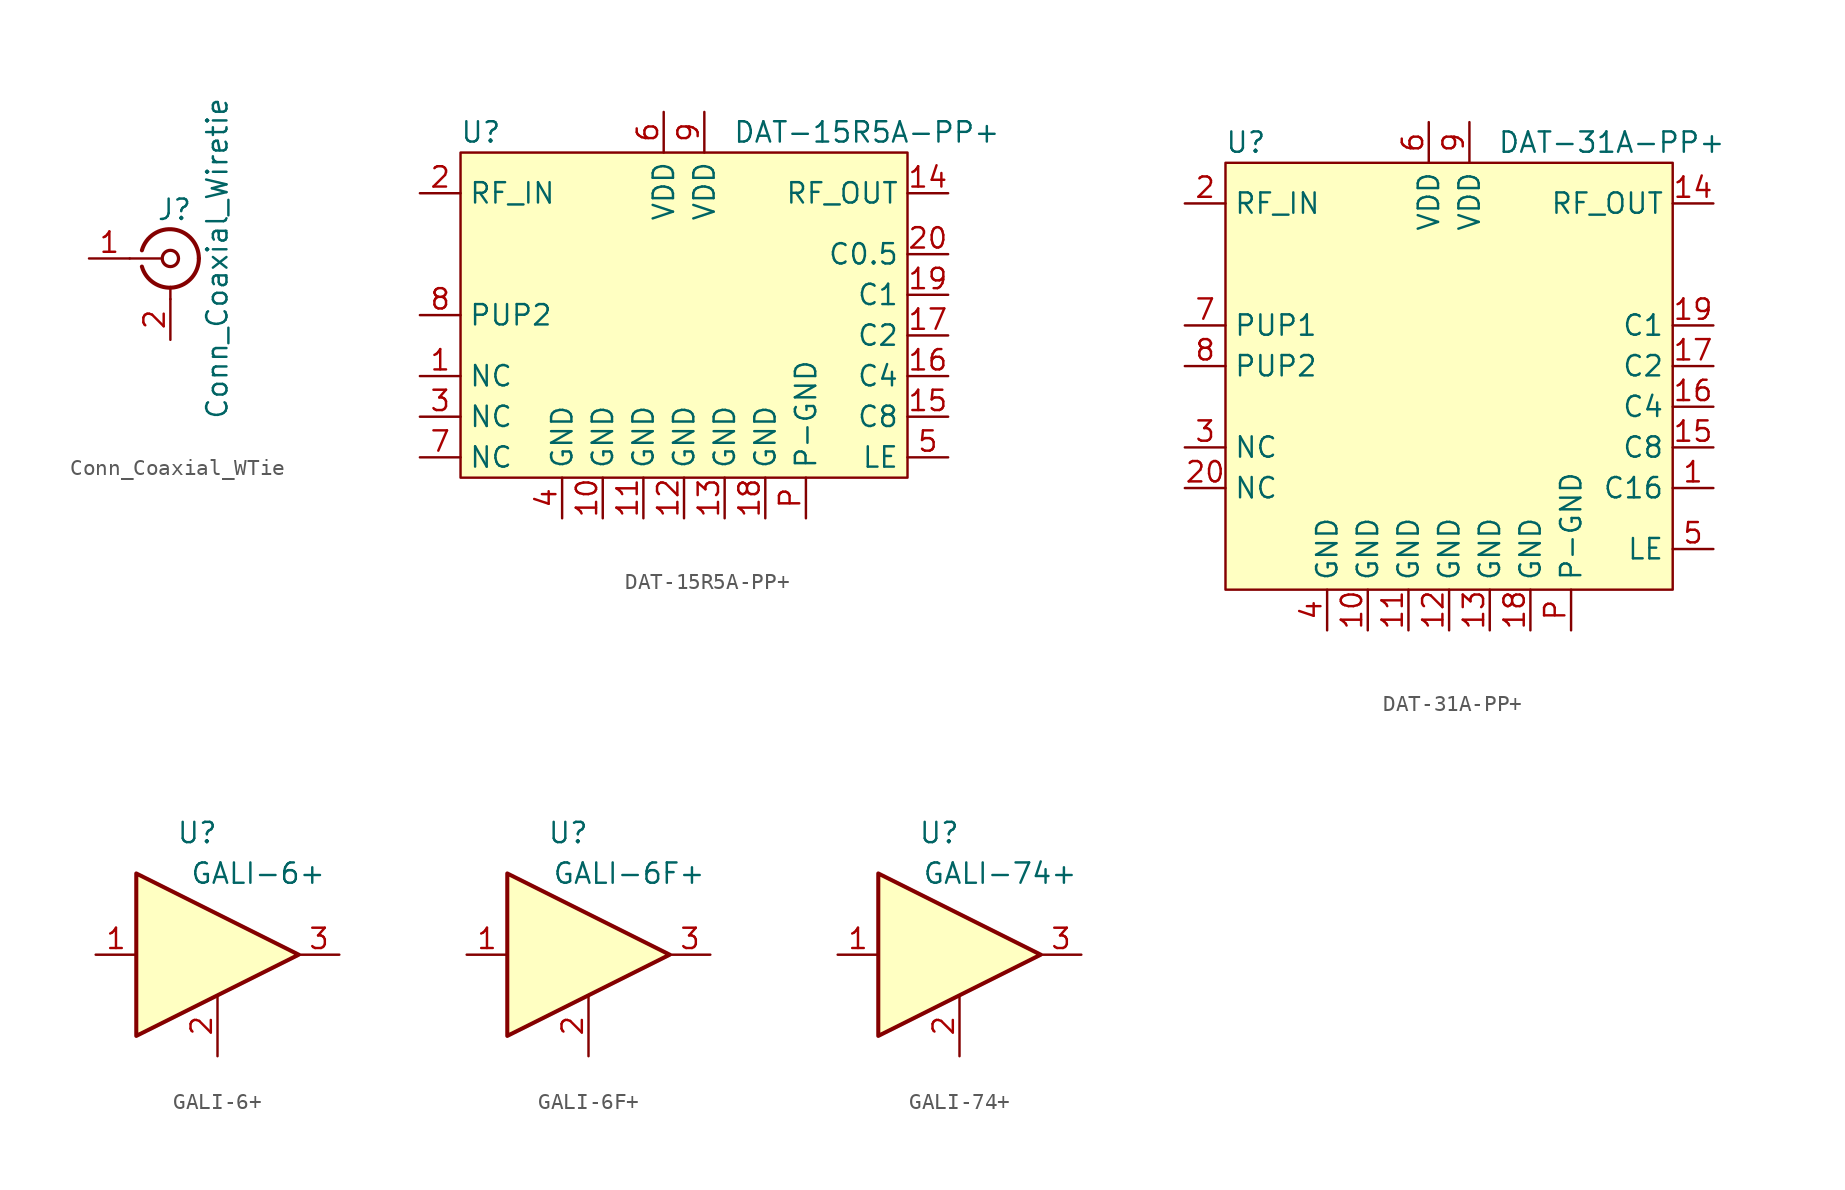
<source format=kicad_sym>
(kicad_symbol_lib
  (version 20231120)
  (generator "kicad_symbol_editor")
  (generator_version "8.0")
  (symbol "Conn_Coaxial_WTie"
    (pin_names
      (offset 1.016) hide)
    (property "Reference" "J"
      (at 0.254 3.048 0)
      (effects (font (size 1.27 1.27))))
    (property "Value" "Conn_Coaxial_Wiretie"
      (at 2.921 0 90)
      (effects (font (size 1.27 1.27))))
    (symbol "Conn_Coaxial_WTie_0_1"
      (arc (start -1.778 -0.508) (mid 0.2311 -1.8066) (end 1.778 0) (stroke (width 0.254) (type default)) (fill (type none)))
      (polyline (pts (xy -2.54 0) (xy -0.508 0)) (stroke (width 0) (type default)) (fill (type none)))
      (polyline (pts (xy 0 -2.54) (xy 0 -1.778)) (stroke (width 0) (type default)) (fill (type none)))
      (circle (center 0 0) (radius 0.508) (stroke (width 0.203) (type default)) (fill (type none)))
      (arc (start 1.778 0) (mid 0.2099 1.8101) (end -1.778 0.508) (stroke (width 0.254) (type default)) (fill (type none))))
    (symbol "Conn_Coaxial_WTie_1_1"
      (pin passive line (at -5.08 0 0) (length 2.54) (name "In" (effects (font (size 1.27 1.27)))) (number "1" (effects (font (size 1.27 1.27)))))
      (pin passive line (at 0 -5.08 90) (length 2.54) (name "Ext" (effects (font (size 1.27 1.27)))) (number "2" (effects (font (size 1.27 1.27)))))
      (pin no_connect line (at 3.81 -2.54 0) (length 2.54) hide (name "3" (effects (font (size 1.27 1.27)))) (number "3" (effects (font (size 1.27 1.27)))))
      (pin no_connect line (at 3.81 -5.08 0) (length 2.54) hide (name "3" (effects (font (size 1.27 1.27)))) (number "4" (effects (font (size 1.27 1.27)))))))
  (symbol "DAT-15R5A-PP+"
    (property "Reference" "U"
      (at -12.7 11.43 0)
      (effects (font (size 1.27 1.27))))
    (property "Value" "DAT-15R5A-PP+"
      (at 11.43 11.43 0)
      (effects (font (size 1.27 1.27))))
    (symbol "DAT-15R5A-PP+_1_1"
      (rectangle (start -13.97 10.16) (end 13.97 -10.16) (stroke (width 0) (type default)) (fill (type background)))
      (pin passive line (at -16.51 -3.81 0) (length 2.54) (name "NC" (effects (font (size 1.27 1.27)))) (number "1" (effects (font (size 1.27 1.27)))))
      (pin power_in line (at -5.08 -12.7 90) (length 2.54) (name "GND" (effects (font (size 1.27 1.27)))) (number "10" (effects (font (size 1.27 1.27)))))
      (pin power_in line (at -2.54 -12.7 90) (length 2.54) (name "GND" (effects (font (size 1.27 1.27)))) (number "11" (effects (font (size 1.27 1.27)))))
      (pin power_in line (at 0 -12.7 90) (length 2.54) (name "GND" (effects (font (size 1.27 1.27)))) (number "12" (effects (font (size 1.27 1.27)))))
      (pin power_in line (at 2.54 -12.7 90) (length 2.54) (name "GND" (effects (font (size 1.27 1.27)))) (number "13" (effects (font (size 1.27 1.27)))))
      (pin output line (at 16.51 7.62 180) (length 2.54) (name "RF_OUT" (effects (font (size 1.27 1.27)))) (number "14" (effects (font (size 1.27 1.27)))))
      (pin input line (at 16.51 -6.35 180) (length 2.54) (name "C8" (effects (font (size 1.27 1.27)))) (number "15" (effects (font (size 1.27 1.27)))))
      (pin input line (at 16.51 -3.81 180) (length 2.54) (name "C4" (effects (font (size 1.27 1.27)))) (number "16" (effects (font (size 1.27 1.27)))))
      (pin input line (at 16.51 -1.27 180) (length 2.54) (name "C2" (effects (font (size 1.27 1.27)))) (number "17" (effects (font (size 1.27 1.27)))))
      (pin power_in line (at 5.08 -12.7 90) (length 2.54) (name "GND" (effects (font (size 1.27 1.27)))) (number "18" (effects (font (size 1.27 1.27)))))
      (pin input line (at 16.51 1.27 180) (length 2.54) (name "C1" (effects (font (size 1.27 1.27)))) (number "19" (effects (font (size 1.27 1.27)))))
      (pin input line (at -16.51 7.62 0) (length 2.54) (name "RF_IN" (effects (font (size 1.27 1.27)))) (number "2" (effects (font (size 1.27 1.27)))))
      (pin input line (at 16.51 3.81 180) (length 2.54) (name "C0.5" (effects (font (size 1.27 1.27)))) (number "20" (effects (font (size 1.27 1.27)))))
      (pin passive line (at -16.51 -6.35 0) (length 2.54) (name "NC" (effects (font (size 1.27 1.27)))) (number "3" (effects (font (size 1.27 1.27)))))
      (pin power_in line (at -7.62 -12.7 90) (length 2.54) (name "GND" (effects (font (size 1.27 1.27)))) (number "4" (effects (font (size 1.27 1.27)))))
      (pin input line (at 16.51 -8.89 180) (length 2.54) (name "LE" (effects (font (size 1.27 1.27)))) (number "5" (effects (font (size 1.27 1.27)))))
      (pin power_in line (at -1.27 12.7 270) (length 2.54) (name "VDD" (effects (font (size 1.27 1.27)))) (number "6" (effects (font (size 1.27 1.27)))))
      (pin passive line (at -16.51 -8.89 0) (length 2.54) (name "NC" (effects (font (size 1.27 1.27)))) (number "7" (effects (font (size 1.27 1.27)))))
      (pin input line (at -16.51 0 0) (length 2.54) (name "PUP2" (effects (font (size 1.27 1.27)))) (number "8" (effects (font (size 1.27 1.27)))))
      (pin power_in line (at 1.27 12.7 270) (length 2.54) (name "VDD" (effects (font (size 1.27 1.27)))) (number "9" (effects (font (size 1.27 1.27)))))
      (pin power_in line (at 7.62 -12.7 90) (length 2.54) (name "P-GND" (effects (font (size 1.27 1.27)))) (number "P" (effects (font (size 1.27 1.27)))))))
  (symbol "DAT-31A-PP+"
    (property "Reference" "U"
      (at -12.7 12.7 0)
      (effects (font (size 1.27 1.27))))
    (property "Value" "DAT-31A-PP+"
      (at 10.16 12.7 0)
      (effects (font (size 1.27 1.27))))
    (symbol "DAT-31A-PP+_1_1"
      (rectangle (start -13.97 11.43) (end 13.97 -15.24) (stroke (width 0) (type default)) (fill (type background)))
      (pin input line (at 16.51 -8.89 180) (length 2.54) (name "C16" (effects (font (size 1.27 1.27)))) (number "1" (effects (font (size 1.27 1.27)))))
      (pin power_in line (at -5.08 -17.78 90) (length 2.54) (name "GND" (effects (font (size 1.27 1.27)))) (number "10" (effects (font (size 1.27 1.27)))))
      (pin power_in line (at -2.54 -17.78 90) (length 2.54) (name "GND" (effects (font (size 1.27 1.27)))) (number "11" (effects (font (size 1.27 1.27)))))
      (pin power_in line (at 0 -17.78 90) (length 2.54) (name "GND" (effects (font (size 1.27 1.27)))) (number "12" (effects (font (size 1.27 1.27)))))
      (pin power_in line (at 2.54 -17.78 90) (length 2.54) (name "GND" (effects (font (size 1.27 1.27)))) (number "13" (effects (font (size 1.27 1.27)))))
      (pin output line (at 16.51 8.89 180) (length 2.54) (name "RF_OUT" (effects (font (size 1.27 1.27)))) (number "14" (effects (font (size 1.27 1.27)))))
      (pin input line (at 16.51 -6.35 180) (length 2.54) (name "C8" (effects (font (size 1.27 1.27)))) (number "15" (effects (font (size 1.27 1.27)))))
      (pin input line (at 16.51 -3.81 180) (length 2.54) (name "C4" (effects (font (size 1.27 1.27)))) (number "16" (effects (font (size 1.27 1.27)))))
      (pin input line (at 16.51 -1.27 180) (length 2.54) (name "C2" (effects (font (size 1.27 1.27)))) (number "17" (effects (font (size 1.27 1.27)))))
      (pin power_in line (at 5.08 -17.78 90) (length 2.54) (name "GND" (effects (font (size 1.27 1.27)))) (number "18" (effects (font (size 1.27 1.27)))))
      (pin input line (at 16.51 1.27 180) (length 2.54) (name "C1" (effects (font (size 1.27 1.27)))) (number "19" (effects (font (size 1.27 1.27)))))
      (pin input line (at -16.51 8.89 0) (length 2.54) (name "RF_IN" (effects (font (size 1.27 1.27)))) (number "2" (effects (font (size 1.27 1.27)))))
      (pin passive line (at -16.51 -8.89 0) (length 2.54) (name "NC" (effects (font (size 1.27 1.27)))) (number "20" (effects (font (size 1.27 1.27)))))
      (pin passive line (at -16.51 -6.35 0) (length 2.54) (name "NC" (effects (font (size 1.27 1.27)))) (number "3" (effects (font (size 1.27 1.27)))))
      (pin power_in line (at -7.62 -17.78 90) (length 2.54) (name "GND" (effects (font (size 1.27 1.27)))) (number "4" (effects (font (size 1.27 1.27)))))
      (pin input line (at 16.51 -12.7 180) (length 2.54) (name "LE" (effects (font (size 1.27 1.27)))) (number "5" (effects (font (size 1.27 1.27)))))
      (pin power_in line (at -1.27 13.97 270) (length 2.54) (name "VDD" (effects (font (size 1.27 1.27)))) (number "6" (effects (font (size 1.27 1.27)))))
      (pin input line (at -16.51 1.27 0) (length 2.54) (name "PUP1" (effects (font (size 1.27 1.27)))) (number "7" (effects (font (size 1.27 1.27)))))
      (pin input line (at -16.51 -1.27 0) (length 2.54) (name "PUP2" (effects (font (size 1.27 1.27)))) (number "8" (effects (font (size 1.27 1.27)))))
      (pin power_in line (at 1.27 13.97 270) (length 2.54) (name "VDD" (effects (font (size 1.27 1.27)))) (number "9" (effects (font (size 1.27 1.27)))))
      (pin power_in line (at 7.62 -17.78 90) (length 2.54) (name "P-GND" (effects (font (size 1.27 1.27)))) (number "P" (effects (font (size 1.27 1.27)))))))
  (symbol "GALI-6+"
    (property "Reference" "U"
      (at -1.27 7.62 0)
      (effects (font (size 1.27 1.27))))
    (property "Value" "GALI-6+"
      (at 2.54 5.08 0)
      (effects (font (size 1.27 1.27))))
    (symbol "GALI-6+_0_1"
      (polyline (pts (xy 5.08 0) (xy -5.08 5.08) (xy -5.08 -5.08) (xy 5.08 0)) (stroke (width 0.254) (type solid)) (fill (type background))))
    (symbol "GALI-6+_1_1"
      (pin input line (at -7.62 0 0) (length 2.54) (name "~" (effects (font (size 1.27 1.27)))) (number "1" (effects (font (size 1.27 1.27)))))
      (pin power_in line (at 0 -6.35 90) (length 3.81) (name "~" (effects (font (size 1.27 1.27)))) (number "2" (effects (font (size 1.27 1.27)))))
      (pin output line (at 7.62 0 180) (length 2.54) (name "~" (effects (font (size 1.27 1.27)))) (number "3" (effects (font (size 1.27 1.27)))))))
  (symbol "GALI-6F+"
    (property "Reference" "U"
      (at -1.27 7.62 0)
      (effects (font (size 1.27 1.27))))
    (property "Value" "GALI-6F+"
      (at 2.54 5.08 0)
      (effects (font (size 1.27 1.27))))
    (symbol "GALI-6F+_0_1"
      (polyline (pts (xy 5.08 0) (xy -5.08 5.08) (xy -5.08 -5.08) (xy 5.08 0)) (stroke (width 0.254) (type solid)) (fill (type background))))
    (symbol "GALI-6F+_1_1"
      (pin input line (at -7.62 0 0) (length 2.54) (name "~" (effects (font (size 1.27 1.27)))) (number "1" (effects (font (size 1.27 1.27)))))
      (pin power_in line (at 0 -6.35 90) (length 3.81) (name "~" (effects (font (size 1.27 1.27)))) (number "2" (effects (font (size 1.27 1.27)))))
      (pin output line (at 7.62 0 180) (length 2.54) (name "~" (effects (font (size 1.27 1.27)))) (number "3" (effects (font (size 1.27 1.27)))))))
  (symbol "GALI-74+"
    (property "Reference" "U"
      (at -1.27 7.62 0)
      (effects (font (size 1.27 1.27))))
    (property "Value" "GALI-74+"
      (at 2.54 5.08 0)
      (effects (font (size 1.27 1.27))))
    (symbol "GALI-74+_0_1"
      (polyline (pts (xy 5.08 0) (xy -5.08 5.08) (xy -5.08 -5.08) (xy 5.08 0)) (stroke (width 0.254) (type solid)) (fill (type background))))
    (symbol "GALI-74+_1_1"
      (pin input line (at -7.62 0 0) (length 2.54) (name "~" (effects (font (size 1.27 1.27)))) (number "1" (effects (font (size 1.27 1.27)))))
      (pin power_in line (at 0 -6.35 90) (length 3.81) (name "~" (effects (font (size 1.27 1.27)))) (number "2" (effects (font (size 1.27 1.27)))))
      (pin output line (at 7.62 0 180) (length 2.54) (name "~" (effects (font (size 1.27 1.27)))) (number "3" (effects (font (size 1.27 1.27))))))))
</source>
